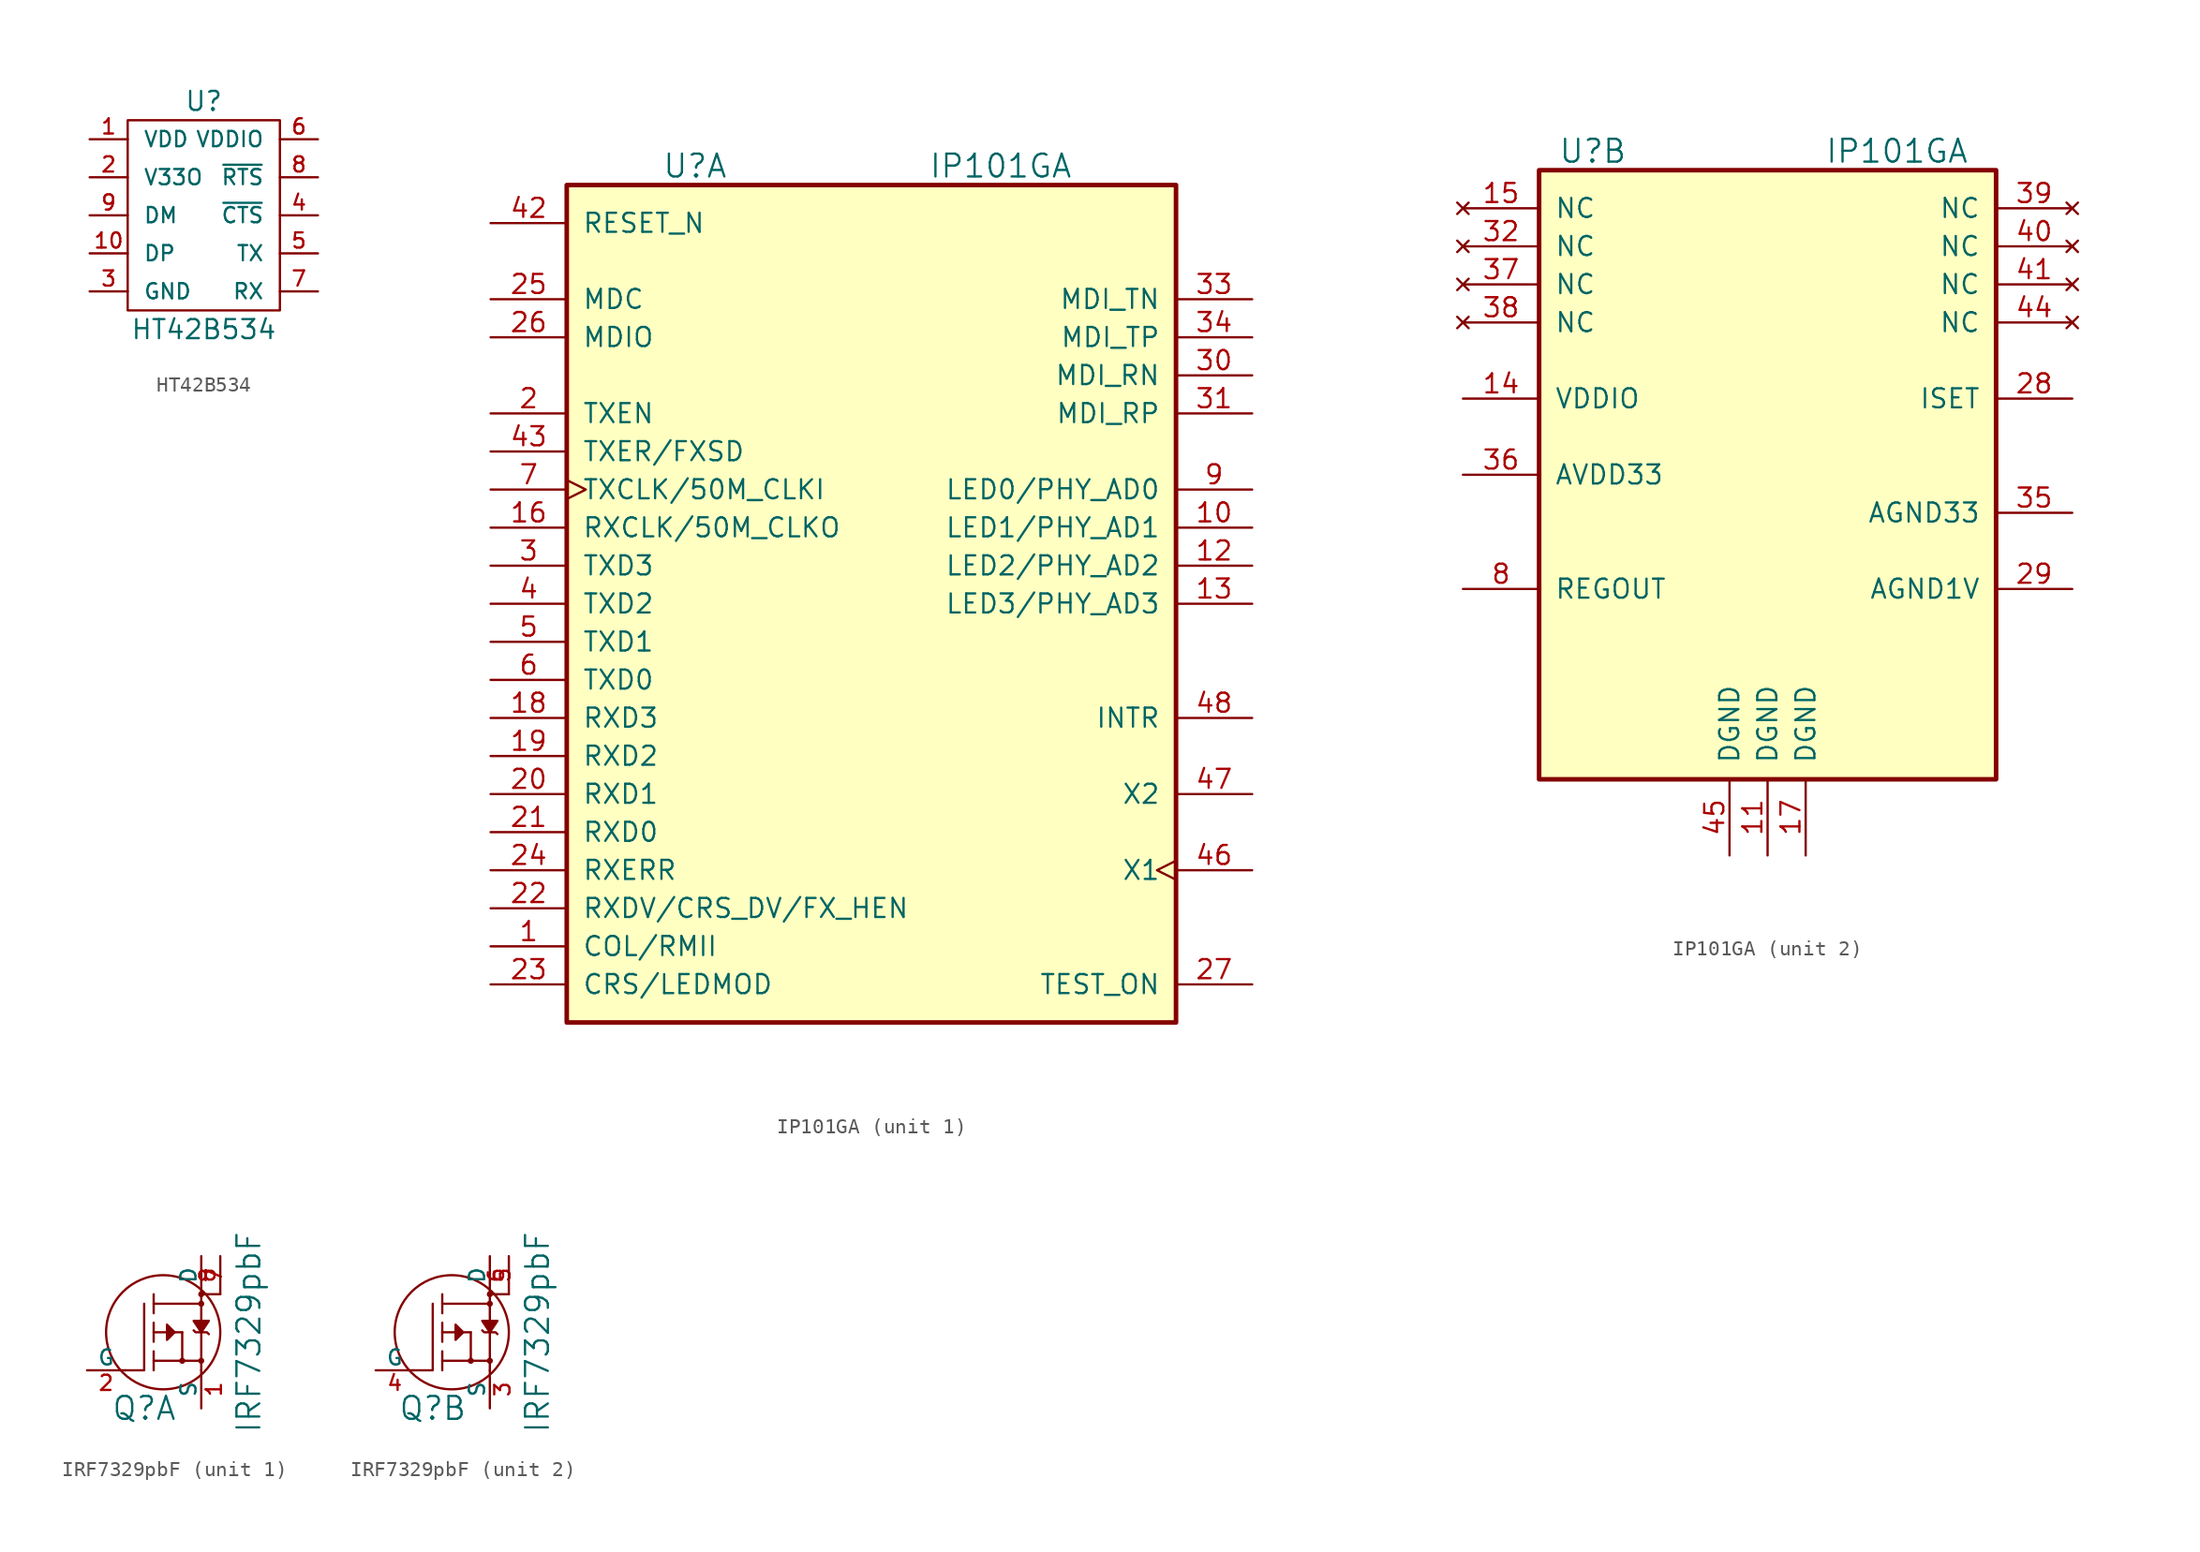
<source format=kicad_sym>
(kicad_symbol_lib
  (version 20211014)
  (generator kicad_symbol_editor)
  (symbol "HT42B534"
    (pin_names
      (offset 1.016))
    (property "Reference" "U"
      (at 0 7.62 0)
      (effects (font (size 1.27 1.27))))
    (property "Value" "HT42B534"
      (at 0 -7.62 0)
      (effects (font (size 1.27 1.27))))
    (symbol "HT42B534_0_1"
      (rectangle (start -5.08 6.35) (end 5.08 -6.35) (stroke (width 0) (type default) (color 0 0 0 0)) (fill (type none))))
    (symbol "HT42B534_1_1"
      (pin power_in line (at -7.62 5.08 0) (length 2.54) (name "VDD" (effects (font (size 1.016 1.016)))) (number "1" (effects (font (size 1.016 1.016)))))
      (pin bidirectional line (at -7.62 -2.54 0) (length 2.54) (name "DP" (effects (font (size 1.016 1.016)))) (number "10" (effects (font (size 1.016 1.016)))))
      (pin power_out line (at -7.62 2.54 0) (length 2.54) (name "V33O" (effects (font (size 1.016 1.016)))) (number "2" (effects (font (size 1.016 1.016)))))
      (pin power_in line (at -7.62 -5.08 0) (length 2.54) (name "GND" (effects (font (size 1.016 1.016)))) (number "3" (effects (font (size 1.016 1.016)))))
      (pin input line (at 7.62 0 180) (length 2.54) (name "~{CTS}" (effects (font (size 1.016 1.016)))) (number "4" (effects (font (size 1.016 1.016)))))
      (pin input line (at 7.62 -2.54 180) (length 2.54) (name "TX" (effects (font (size 1.016 1.016)))) (number "5" (effects (font (size 1.016 1.016)))))
      (pin power_in line (at 7.62 5.08 180) (length 2.54) (name "VDDIO" (effects (font (size 1.016 1.016)))) (number "6" (effects (font (size 1.016 1.016)))))
      (pin output line (at 7.62 -5.08 180) (length 2.54) (name "RX" (effects (font (size 1.016 1.016)))) (number "7" (effects (font (size 1.016 1.016)))))
      (pin output line (at 7.62 2.54 180) (length 2.54) (name "~{RTS}" (effects (font (size 1.016 1.016)))) (number "8" (effects (font (size 1.016 1.016)))))
      (pin bidirectional line (at -7.62 0 0) (length 2.54) (name "DM" (effects (font (size 1.016 1.016)))) (number "9" (effects (font (size 1.016 1.016)))))))
  (symbol "IP101GA"
    (pin_names
      (offset 1.016))
    (property "Reference" "U"
      (at -13.97 21.59 0)
      (effects (font (size 1.524 1.524)) (justify left)))
    (property "Value" "IP101GA"
      (at 3.81 21.59 0)
      (effects (font (size 1.524 1.524)) (justify left)))
    (property "ki_locked" ""
      (at 0 0 0)
      (effects (font (size 1.27 1.27))))
    (symbol "IP101GA_1_1"
      (rectangle (start -20.32 20.32) (end 20.32 -35.56) (stroke (width 0.305) (type default) (color 0 0 0 0)) (fill (type background)))
      (pin bidirectional line (at -25.4 -30.48 0) (length 5.08) (name "COL/RMII" (effects (font (size 1.27 1.27)))) (number "1" (effects (font (size 1.27 1.27)))))
      (pin bidirectional line (at 25.4 -2.54 180) (length 5.08) (name "LED1/PHY_AD1" (effects (font (size 1.27 1.27)))) (number "10" (effects (font (size 1.27 1.27)))))
      (pin bidirectional line (at 25.4 -5.08 180) (length 5.08) (name "LED2/PHY_AD2" (effects (font (size 1.27 1.27)))) (number "12" (effects (font (size 1.27 1.27)))))
      (pin bidirectional line (at 25.4 -7.62 180) (length 5.08) (name "LED3/PHY_AD3" (effects (font (size 1.27 1.27)))) (number "13" (effects (font (size 1.27 1.27)))))
      (pin output line (at -25.4 -2.54 0) (length 5.08) (name "RXCLK/50M_CLKO" (effects (font (size 1.27 1.27)))) (number "16" (effects (font (size 1.27 1.27)))))
      (pin output line (at -25.4 -15.24 0) (length 5.08) (name "RXD3" (effects (font (size 1.27 1.27)))) (number "18" (effects (font (size 1.27 1.27)))))
      (pin output line (at -25.4 -17.78 0) (length 5.08) (name "RXD2" (effects (font (size 1.27 1.27)))) (number "19" (effects (font (size 1.27 1.27)))))
      (pin input line (at -25.4 5.08 0) (length 5.08) (name "TXEN" (effects (font (size 1.27 1.27)))) (number "2" (effects (font (size 1.27 1.27)))))
      (pin output line (at -25.4 -20.32 0) (length 5.08) (name "RXD1" (effects (font (size 1.27 1.27)))) (number "20" (effects (font (size 1.27 1.27)))))
      (pin output line (at -25.4 -22.86 0) (length 5.08) (name "RXD0" (effects (font (size 1.27 1.27)))) (number "21" (effects (font (size 1.27 1.27)))))
      (pin bidirectional line (at -25.4 -27.94 0) (length 5.08) (name "RXDV/CRS_DV/FX_HEN" (effects (font (size 1.27 1.27)))) (number "22" (effects (font (size 1.27 1.27)))))
      (pin bidirectional line (at -25.4 -33.02 0) (length 5.08) (name "CRS/LEDMOD" (effects (font (size 1.27 1.27)))) (number "23" (effects (font (size 1.27 1.27)))))
      (pin output line (at -25.4 -25.4 0) (length 5.08) (name "RXERR" (effects (font (size 1.27 1.27)))) (number "24" (effects (font (size 1.27 1.27)))))
      (pin input line (at -25.4 12.7 0) (length 5.08) (name "MDC" (effects (font (size 1.27 1.27)))) (number "25" (effects (font (size 1.27 1.27)))))
      (pin bidirectional line (at -25.4 10.16 0) (length 5.08) (name "MDIO" (effects (font (size 1.27 1.27)))) (number "26" (effects (font (size 1.27 1.27)))))
      (pin input line (at 25.4 -33.02 180) (length 5.08) (name "TEST_ON" (effects (font (size 1.27 1.27)))) (number "27" (effects (font (size 1.27 1.27)))))
      (pin input line (at -25.4 -5.08 0) (length 5.08) (name "TXD3" (effects (font (size 1.27 1.27)))) (number "3" (effects (font (size 1.27 1.27)))))
      (pin bidirectional line (at 25.4 7.62 180) (length 5.08) (name "MDI_RN" (effects (font (size 1.27 1.27)))) (number "30" (effects (font (size 1.27 1.27)))))
      (pin bidirectional line (at 25.4 5.08 180) (length 5.08) (name "MDI_RP" (effects (font (size 1.27 1.27)))) (number "31" (effects (font (size 1.27 1.27)))))
      (pin bidirectional line (at 25.4 12.7 180) (length 5.08) (name "MDI_TN" (effects (font (size 1.27 1.27)))) (number "33" (effects (font (size 1.27 1.27)))))
      (pin bidirectional line (at 25.4 10.16 180) (length 5.08) (name "MDI_TP" (effects (font (size 1.27 1.27)))) (number "34" (effects (font (size 1.27 1.27)))))
      (pin input line (at -25.4 -7.62 0) (length 5.08) (name "TXD2" (effects (font (size 1.27 1.27)))) (number "4" (effects (font (size 1.27 1.27)))))
      (pin input line (at -25.4 17.78 0) (length 5.08) (name "RESET_N" (effects (font (size 1.27 1.27)))) (number "42" (effects (font (size 1.27 1.27)))))
      (pin input line (at -25.4 2.54 0) (length 5.08) (name "TXER/FXSD" (effects (font (size 1.27 1.27)))) (number "43" (effects (font (size 1.27 1.27)))))
      (pin input clock (at 25.4 -25.4 180) (length 5.08) (name "X1" (effects (font (size 1.27 1.27)))) (number "46" (effects (font (size 1.27 1.27)))))
      (pin output line (at 25.4 -20.32 180) (length 5.08) (name "X2" (effects (font (size 1.27 1.27)))) (number "47" (effects (font (size 1.27 1.27)))))
      (pin open_collector line (at 25.4 -15.24 180) (length 5.08) (name "INTR" (effects (font (size 1.27 1.27)))) (number "48" (effects (font (size 1.27 1.27)))))
      (pin input line (at -25.4 -10.16 0) (length 5.08) (name "TXD1" (effects (font (size 1.27 1.27)))) (number "5" (effects (font (size 1.27 1.27)))))
      (pin input line (at -25.4 -12.7 0) (length 5.08) (name "TXD0" (effects (font (size 1.27 1.27)))) (number "6" (effects (font (size 1.27 1.27)))))
      (pin bidirectional clock (at -25.4 0 0) (length 5.08) (name "TXCLK/50M_CLKI" (effects (font (size 1.27 1.27)))) (number "7" (effects (font (size 1.27 1.27)))))
      (pin bidirectional line (at 25.4 0 180) (length 5.08) (name "LED0/PHY_AD0" (effects (font (size 1.27 1.27)))) (number "9" (effects (font (size 1.27 1.27))))))
    (symbol "IP101GA_2_1"
      (rectangle (start -15.24 20.32) (end 15.24 -20.32) (stroke (width 0.305) (type default) (color 0 0 0 0)) (fill (type background)))
      (pin power_in line (at 0 -25.4 90) (length 5.08) (name "DGND" (effects (font (size 1.27 1.27)))) (number "11" (effects (font (size 1.27 1.27)))))
      (pin power_in line (at -20.32 5.08 0) (length 5.08) (name "VDDIO" (effects (font (size 1.27 1.27)))) (number "14" (effects (font (size 1.27 1.27)))))
      (pin no_connect line (at -20.32 17.78 0) (length 5.08) (name "NC" (effects (font (size 1.27 1.27)))) (number "15" (effects (font (size 1.27 1.27)))))
      (pin power_in line (at 2.54 -25.4 90) (length 5.08) (name "DGND" (effects (font (size 1.27 1.27)))) (number "17" (effects (font (size 1.27 1.27)))))
      (pin passive line (at 20.32 5.08 180) (length 5.08) (name "ISET" (effects (font (size 1.27 1.27)))) (number "28" (effects (font (size 1.27 1.27)))))
      (pin power_in line (at 20.32 -7.62 180) (length 5.08) (name "AGND1V" (effects (font (size 1.27 1.27)))) (number "29" (effects (font (size 1.27 1.27)))))
      (pin no_connect line (at -20.32 15.24 0) (length 5.08) (name "NC" (effects (font (size 1.27 1.27)))) (number "32" (effects (font (size 1.27 1.27)))))
      (pin power_in line (at 20.32 -2.54 180) (length 5.08) (name "AGND33" (effects (font (size 1.27 1.27)))) (number "35" (effects (font (size 1.27 1.27)))))
      (pin power_in line (at -20.32 0 0) (length 5.08) (name "AVDD33" (effects (font (size 1.27 1.27)))) (number "36" (effects (font (size 1.27 1.27)))))
      (pin no_connect line (at -20.32 12.7 0) (length 5.08) (name "NC" (effects (font (size 1.27 1.27)))) (number "37" (effects (font (size 1.27 1.27)))))
      (pin no_connect line (at -20.32 10.16 0) (length 5.08) (name "NC" (effects (font (size 1.27 1.27)))) (number "38" (effects (font (size 1.27 1.27)))))
      (pin no_connect line (at 20.32 17.78 180) (length 5.08) (name "NC" (effects (font (size 1.27 1.27)))) (number "39" (effects (font (size 1.27 1.27)))))
      (pin no_connect line (at 20.32 15.24 180) (length 5.08) (name "NC" (effects (font (size 1.27 1.27)))) (number "40" (effects (font (size 1.27 1.27)))))
      (pin no_connect line (at 20.32 12.7 180) (length 5.08) (name "NC" (effects (font (size 1.27 1.27)))) (number "41" (effects (font (size 1.27 1.27)))))
      (pin no_connect line (at 20.32 10.16 180) (length 5.08) (name "NC" (effects (font (size 1.27 1.27)))) (number "44" (effects (font (size 1.27 1.27)))))
      (pin power_in line (at -2.54 -25.4 90) (length 5.08) (name "DGND" (effects (font (size 1.27 1.27)))) (number "45" (effects (font (size 1.27 1.27)))))
      (pin passive line (at -20.32 -7.62 0) (length 5.08) (name "REGOUT" (effects (font (size 1.27 1.27)))) (number "8" (effects (font (size 1.27 1.27)))))))
  (symbol "IRF7329pbF"
    (pin_names
      (offset 0))
    (property "Reference" "Q"
      (at -1.27 -5.08 0)
      (effects (font (size 1.524 1.524))))
    (property "Value" "IRF7329pbF"
      (at 5.715 0 90)
      (effects (font (size 1.524 1.524))))
    (symbol "IRF7329pbF_0_1"
      (polyline (pts (xy -0.635 -1.27) (xy -0.635 -2.54)) (stroke (width 0) (type default) (color 0 0 0 0)) (fill (type none)))
      (polyline (pts (xy -0.635 0) (xy 1.27 0)) (stroke (width 0) (type default) (color 0 0 0 0)) (fill (type none)))
      (polyline (pts (xy -0.635 0.635) (xy -0.635 -0.635)) (stroke (width 0) (type default) (color 0 0 0 0)) (fill (type none)))
      (polyline (pts (xy -0.635 1.27) (xy -0.635 2.54)) (stroke (width 0) (type default) (color 0 0 0 0)) (fill (type none)))
      (polyline (pts (xy -0.635 1.905) (xy 2.54 1.905)) (stroke (width 0) (type default) (color 0 0 0 0)) (fill (type none)))
      (polyline (pts (xy 1.27 0) (xy 1.27 -1.905)) (stroke (width 0) (type default) (color 0 0 0 0)) (fill (type none)))
      (polyline (pts (xy 2.54 -2.54) (xy 2.54 2.54)) (stroke (width 0) (type default) (color 0 0 0 0)) (fill (type none)))
      (polyline (pts (xy 3.81 2.54) (xy 2.54 2.54)) (stroke (width 0) (type default) (color 0 0 0 0)) (fill (type none)))
      (polyline (pts (xy -1.27 1.905) (xy -1.27 -2.54) (xy -2.54 -2.54)) (stroke (width 0) (type default) (color 0 0 0 0)) (fill (type none)))
      (polyline (pts (xy -0.635 -1.905) (xy 0.635 -1.905) (xy 2.54 -1.905)) (stroke (width 0) (type default) (color 0 0 0 0)) (fill (type none)))
      (polyline (pts (xy 0.762 0) (xy 0.254 0.508) (xy 0.254 -0.508) (xy 0.762 0)) (stroke (width 0) (type default) (color 0 0 0 0)) (fill (type outline)))
      (polyline (pts (xy 2.032 0.127) (xy 2.159 0) (xy 2.921 0) (xy 3.048 -0.127)) (stroke (width 0) (type default) (color 0 0 0 0)) (fill (type none)))
      (polyline (pts (xy 2.54 0) (xy 3.048 0.762) (xy 2.032 0.762) (xy 2.54 0)) (stroke (width 0) (type default) (color 0 0 0 0)) (fill (type outline)))
      (circle (center 0 0) (radius 3.81) (stroke (width 0) (type default) (color 0 0 0 0)) (fill (type none)))
      (circle (center 1.27 -1.905) (radius 0.127) (stroke (width 0) (type default) (color 0 0 0 0)) (fill (type none)))
      (circle (center 2.54 -1.905) (radius 0.127) (stroke (width 0) (type default) (color 0 0 0 0)) (fill (type none)))
      (circle (center 2.54 1.905) (radius 0.127) (stroke (width 0) (type default) (color 0 0 0 0)) (fill (type none)))
      (circle (center 2.54 2.54) (radius 0.127) (stroke (width 0) (type default) (color 0 0 0 0)) (fill (type none))))
    (symbol "IRF7329pbF_1_1"
      (pin passive line (at 2.54 -5.08 90) (length 2.54) (name "S" (effects (font (size 1.016 1.016)))) (number "1" (effects (font (size 1.016 1.016)))))
      (pin input line (at -5.08 -2.54 0) (length 2.54) (name "G" (effects (font (size 1.016 1.016)))) (number "2" (effects (font (size 1.016 1.016)))))
      (pin output line (at 2.54 5.08 270) (length 2.54) (name "D" (effects (font (size 1.016 1.016)))) (number "7" (effects (font (size 1.016 1.016)))))
      (pin passive line (at 3.81 5.08 270) (length 2.54) (name "~" (effects (font (size 1.016 1.016)))) (number "8" (effects (font (size 1.016 1.016))))))
    (symbol "IRF7329pbF_2_1"
      (pin passive line (at 2.54 -5.08 90) (length 2.54) (name "S" (effects (font (size 1.016 1.016)))) (number "3" (effects (font (size 1.016 1.016)))))
      (pin input line (at -5.08 -2.54 0) (length 2.54) (name "G" (effects (font (size 1.016 1.016)))) (number "4" (effects (font (size 1.016 1.016)))))
      (pin output line (at 2.54 5.08 270) (length 2.54) (name "D" (effects (font (size 1.016 1.016)))) (number "5" (effects (font (size 1.016 1.016)))))
      (pin passive line (at 3.81 5.08 270) (length 2.54) (name "~" (effects (font (size 1.016 1.016)))) (number "6" (effects (font (size 1.016 1.016))))))))
</source>
